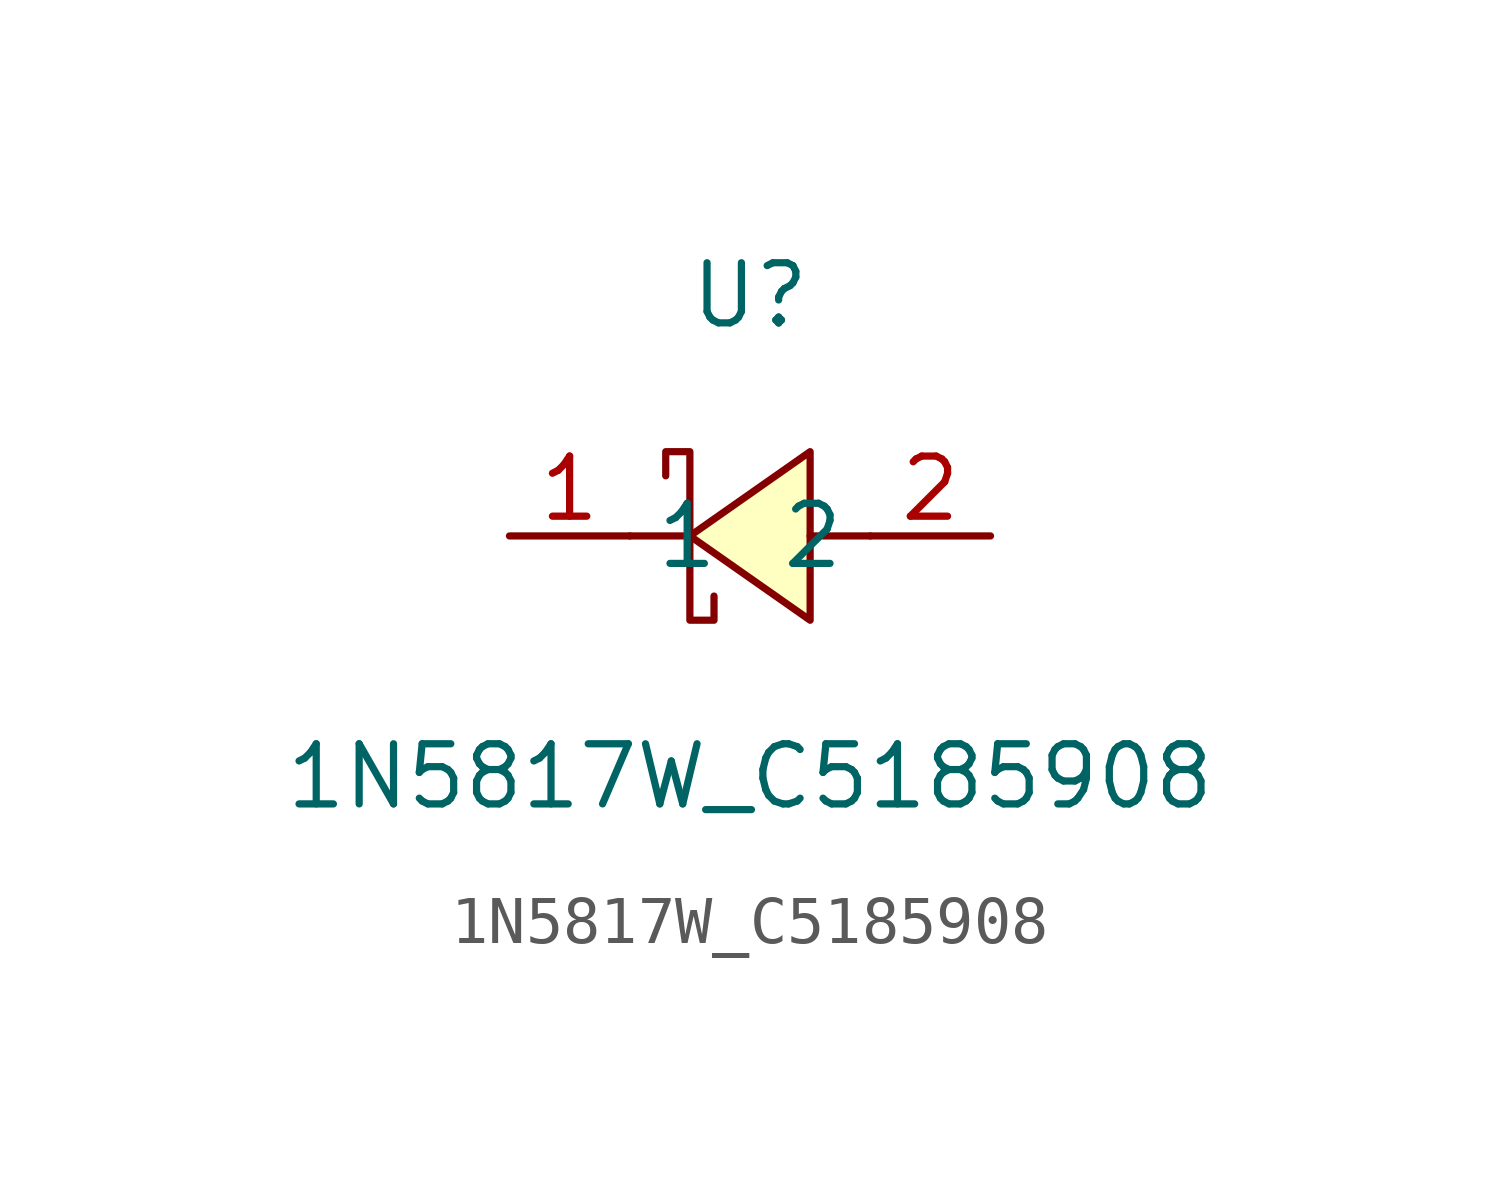
<source format=kicad_sym>
(kicad_symbol_lib
  (version 1)
  (generator "faebryk")
  (symbol "1N5817W_C5185908"
    (property "Reference" "U"
      (at 0 5.08 0)
      (effects (font (size 1.27 1.27)) (hide no)))
    (property "Value" "1N5817W_C5185908"
      (at 0 -5.08 0)
      (effects (font (size 1.27 1.27)) (hide no)))
    (symbol "1N5817W_C5185908_0_1"
      (polyline (stroke (width 0) (type default) (color 0 0 0 0)) (fill (type background)) (pts (xy 1.27 1.78) (xy -1.27 0) (xy 1.27 -1.78) (xy 1.27 1.78)))
      (polyline (stroke (width 0) (type default) (color 0 0 0 0)) (fill (type none)) (pts (xy -1.78 1.27) (xy -1.78 1.78) (xy -1.27 1.78) (xy -1.27 -1.78) (xy -0.76 -1.78) (xy -0.76 -1.27)))
      (polyline (stroke (width 0) (type default) (color 0 0 0 0)) (fill (type none)) (pts (xy 2.54 0) (xy 1.27 0)))
      (polyline (stroke (width 0) (type default) (color 0 0 0 0)) (fill (type none)) (pts (xy -1.27 0) (xy -2.54 0)))
      (pin unspecified line (at 5.08 0 180) (length 2.54) (name "2" (effects (font (size 1.27 1.27)) (hide no))) (number "2" (effects (font (size 1.27 1.27)) (hide no))))
      (pin unspecified line (at -5.08 0 0) (length 2.54) (name "1" (effects (font (size 1.27 1.27)) (hide no))) (number "1" (effects (font (size 1.27 1.27)) (hide no)))))))
</source>
